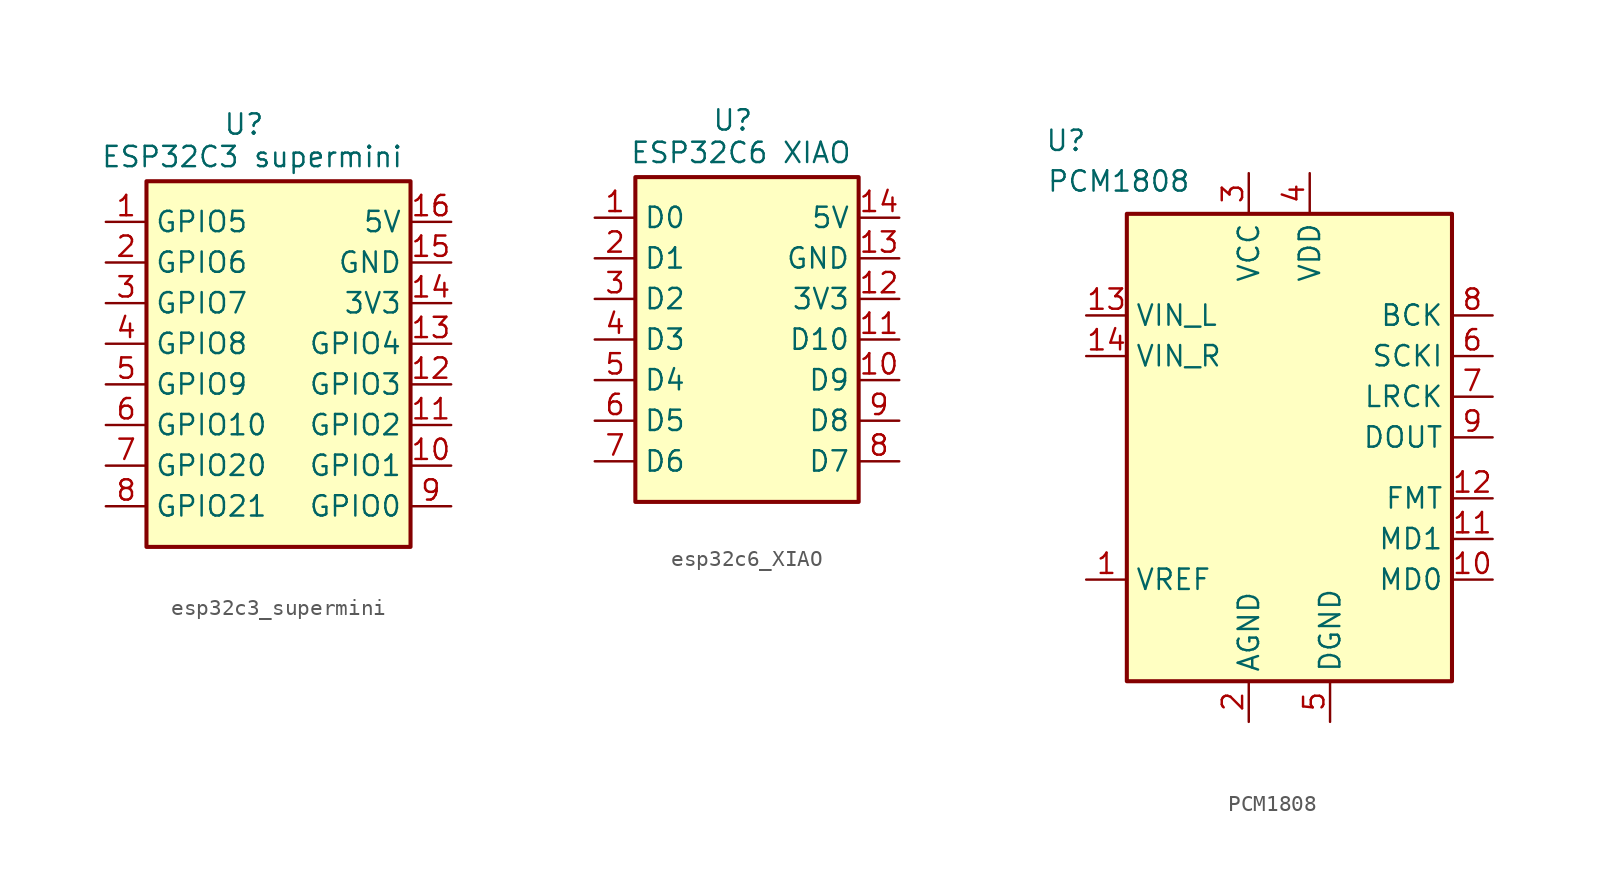
<source format=kicad_sym>
(kicad_symbol_lib
  (version 20231120)
  (generator "kicad_symbol_editor")
  (generator_version "8.0")
  (symbol "esp32c3_supermini"
    (property "Reference" "U"
      (at 6.096 3.556 0)
      (effects (font (size 1.27 1.27))))
    (property "Value" "ESP32C3 supermini"
      (at 6.604 1.524 0)
      (effects (font (size 1.27 1.27))))
    (symbol "esp32c3_supermini_0_1"
      (rectangle (start 0 0) (end 16.51 -22.86) (stroke (width 0.254) (type default)) (fill (type background))))
    (symbol "esp32c3_supermini_1_1"
      (pin passive line (at -2.54 -2.54 0) (length 2.54) (name "GPIO5" (effects (font (size 1.27 1.27)))) (number "1" (effects (font (size 1.27 1.27)))))
      (pin passive line (at 19.05 -17.78 180) (length 2.54) (name "GPIO1" (effects (font (size 1.27 1.27)))) (number "10" (effects (font (size 1.27 1.27)))))
      (pin passive line (at 19.05 -15.24 180) (length 2.54) (name "GPIO2" (effects (font (size 1.27 1.27)))) (number "11" (effects (font (size 1.27 1.27)))))
      (pin passive line (at 19.05 -12.7 180) (length 2.54) (name "GPIO3" (effects (font (size 1.27 1.27)))) (number "12" (effects (font (size 1.27 1.27)))))
      (pin passive line (at 19.05 -10.16 180) (length 2.54) (name "GPIO4" (effects (font (size 1.27 1.27)))) (number "13" (effects (font (size 1.27 1.27)))))
      (pin power_in line (at 19.05 -7.62 180) (length 2.54) (name "3V3" (effects (font (size 1.27 1.27)))) (number "14" (effects (font (size 1.27 1.27)))))
      (pin power_in line (at 19.05 -5.08 180) (length 2.54) (name "GND" (effects (font (size 1.27 1.27)))) (number "15" (effects (font (size 1.27 1.27)))))
      (pin power_in line (at 19.05 -2.54 180) (length 2.54) (name "5V" (effects (font (size 1.27 1.27)))) (number "16" (effects (font (size 1.27 1.27)))))
      (pin passive line (at -2.54 -5.08 0) (length 2.54) (name "GPIO6" (effects (font (size 1.27 1.27)))) (number "2" (effects (font (size 1.27 1.27)))))
      (pin passive line (at -2.54 -7.62 0) (length 2.54) (name "GPIO7" (effects (font (size 1.27 1.27)))) (number "3" (effects (font (size 1.27 1.27)))))
      (pin passive line (at -2.54 -10.16 0) (length 2.54) (name "GPIO8" (effects (font (size 1.27 1.27)))) (number "4" (effects (font (size 1.27 1.27)))))
      (pin passive line (at -2.54 -12.7 0) (length 2.54) (name "GPIO9" (effects (font (size 1.27 1.27)))) (number "5" (effects (font (size 1.27 1.27)))))
      (pin passive line (at -2.54 -15.24 0) (length 2.54) (name "GPIO10" (effects (font (size 1.27 1.27)))) (number "6" (effects (font (size 1.27 1.27)))))
      (pin passive line (at -2.54 -17.78 0) (length 2.54) (name "GPIO20" (effects (font (size 1.27 1.27)))) (number "7" (effects (font (size 1.27 1.27)))))
      (pin passive line (at -2.54 -20.32 0) (length 2.54) (name "GPIO21" (effects (font (size 1.27 1.27)))) (number "8" (effects (font (size 1.27 1.27)))))
      (pin passive line (at 19.05 -20.32 180) (length 2.54) (name "GPIO0" (effects (font (size 1.27 1.27)))) (number "9" (effects (font (size 1.27 1.27)))))))
  (symbol "esp32c6_XIAO"
    (property "Reference" "U"
      (at 6.096 3.556 0)
      (effects (font (size 1.27 1.27))))
    (property "Value" "ESP32C6 XIAO"
      (at 6.604 1.524 0)
      (effects (font (size 1.27 1.27))))
    (symbol "esp32c6_XIAO_0_1"
      (rectangle (start 0 0) (end 13.97 -20.32) (stroke (width 0.254) (type default)) (fill (type background))))
    (symbol "esp32c6_XIAO_1_1"
      (pin passive line (at -2.54 -2.54 0) (length 2.54) (name "D0" (effects (font (size 1.27 1.27)))) (number "1" (effects (font (size 1.27 1.27)))))
      (pin passive line (at 16.51 -12.7 180) (length 2.54) (name "D9" (effects (font (size 1.27 1.27)))) (number "10" (effects (font (size 1.27 1.27)))))
      (pin passive line (at 16.51 -10.16 180) (length 2.54) (name "D10" (effects (font (size 1.27 1.27)))) (number "11" (effects (font (size 1.27 1.27)))))
      (pin power_in line (at 16.51 -7.62 180) (length 2.54) (name "3V3" (effects (font (size 1.27 1.27)))) (number "12" (effects (font (size 1.27 1.27)))))
      (pin power_in line (at 16.51 -5.08 180) (length 2.54) (name "GND" (effects (font (size 1.27 1.27)))) (number "13" (effects (font (size 1.27 1.27)))))
      (pin power_in line (at 16.51 -2.54 180) (length 2.54) (name "5V" (effects (font (size 1.27 1.27)))) (number "14" (effects (font (size 1.27 1.27)))))
      (pin passive line (at -2.54 -5.08 0) (length 2.54) (name "D1" (effects (font (size 1.27 1.27)))) (number "2" (effects (font (size 1.27 1.27)))))
      (pin passive line (at -2.54 -7.62 0) (length 2.54) (name "D2" (effects (font (size 1.27 1.27)))) (number "3" (effects (font (size 1.27 1.27)))))
      (pin passive line (at -2.54 -10.16 0) (length 2.54) (name "D3" (effects (font (size 1.27 1.27)))) (number "4" (effects (font (size 1.27 1.27)))))
      (pin passive line (at -2.54 -12.7 0) (length 2.54) (name "D4" (effects (font (size 1.27 1.27)))) (number "5" (effects (font (size 1.27 1.27)))))
      (pin passive line (at -2.54 -15.24 0) (length 2.54) (name "D5" (effects (font (size 1.27 1.27)))) (number "6" (effects (font (size 1.27 1.27)))))
      (pin passive line (at -2.54 -17.78 0) (length 2.54) (name "D6" (effects (font (size 1.27 1.27)))) (number "7" (effects (font (size 1.27 1.27)))))
      (pin passive line (at 16.51 -17.78 180) (length 2.54) (name "D7" (effects (font (size 1.27 1.27)))) (number "8" (effects (font (size 1.27 1.27)))))
      (pin passive line (at 16.51 -15.24 180) (length 2.54) (name "D8" (effects (font (size 1.27 1.27)))) (number "9" (effects (font (size 1.27 1.27)))))))
  (symbol "PCM1808"
    (property "Reference" "U"
      (at -3.81 4.572 0)
      (effects (font (size 1.27 1.27))))
    (property "Value" "PCM1808"
      (at -0.508 2.032 0)
      (effects (font (size 1.27 1.27))))
    (symbol "PCM1808_0_1"
      (rectangle (start 0 0) (end 20.32 -29.21) (stroke (width 0.254) (type default)) (fill (type background))))
    (symbol "PCM1808_1_1"
      (pin passive line (at -2.54 -22.86 0) (length 2.54) (name "VREF" (effects (font (size 1.27 1.27)))) (number "1" (effects (font (size 1.27 1.27)))))
      (pin passive line (at 22.86 -22.86 180) (length 2.54) (name "MD0" (effects (font (size 1.27 1.27)))) (number "10" (effects (font (size 1.27 1.27)))))
      (pin passive line (at 22.86 -20.32 180) (length 2.54) (name "MD1" (effects (font (size 1.27 1.27)))) (number "11" (effects (font (size 1.27 1.27)))))
      (pin passive line (at 22.86 -17.78 180) (length 2.54) (name "FMT" (effects (font (size 1.27 1.27)))) (number "12" (effects (font (size 1.27 1.27)))))
      (pin passive line (at -2.54 -6.35 0) (length 2.54) (name "VIN_L" (effects (font (size 1.27 1.27)))) (number "13" (effects (font (size 1.27 1.27)))))
      (pin passive line (at -2.54 -8.89 0) (length 2.54) (name "VIN_R" (effects (font (size 1.27 1.27)))) (number "14" (effects (font (size 1.27 1.27)))))
      (pin passive line (at 7.62 -31.75 90) (length 2.54) (name "AGND" (effects (font (size 1.27 1.27)))) (number "2" (effects (font (size 1.27 1.27)))))
      (pin passive line (at 7.62 2.54 270) (length 2.54) (name "VCC" (effects (font (size 1.27 1.27)))) (number "3" (effects (font (size 1.27 1.27)))))
      (pin passive line (at 11.43 2.54 270) (length 2.54) (name "VDD" (effects (font (size 1.27 1.27)))) (number "4" (effects (font (size 1.27 1.27)))))
      (pin passive line (at 12.7 -31.75 90) (length 2.54) (name "DGND" (effects (font (size 1.27 1.27)))) (number "5" (effects (font (size 1.27 1.27)))))
      (pin passive line (at 22.86 -8.89 180) (length 2.54) (name "SCKI" (effects (font (size 1.27 1.27)))) (number "6" (effects (font (size 1.27 1.27)))))
      (pin passive line (at 22.86 -11.43 180) (length 2.54) (name "LRCK" (effects (font (size 1.27 1.27)))) (number "7" (effects (font (size 1.27 1.27)))))
      (pin passive line (at 22.86 -6.35 180) (length 2.54) (name "BCK" (effects (font (size 1.27 1.27)))) (number "8" (effects (font (size 1.27 1.27)))))
      (pin passive line (at 22.86 -13.97 180) (length 2.54) (name "DOUT" (effects (font (size 1.27 1.27)))) (number "9" (effects (font (size 1.27 1.27))))))))
</source>
